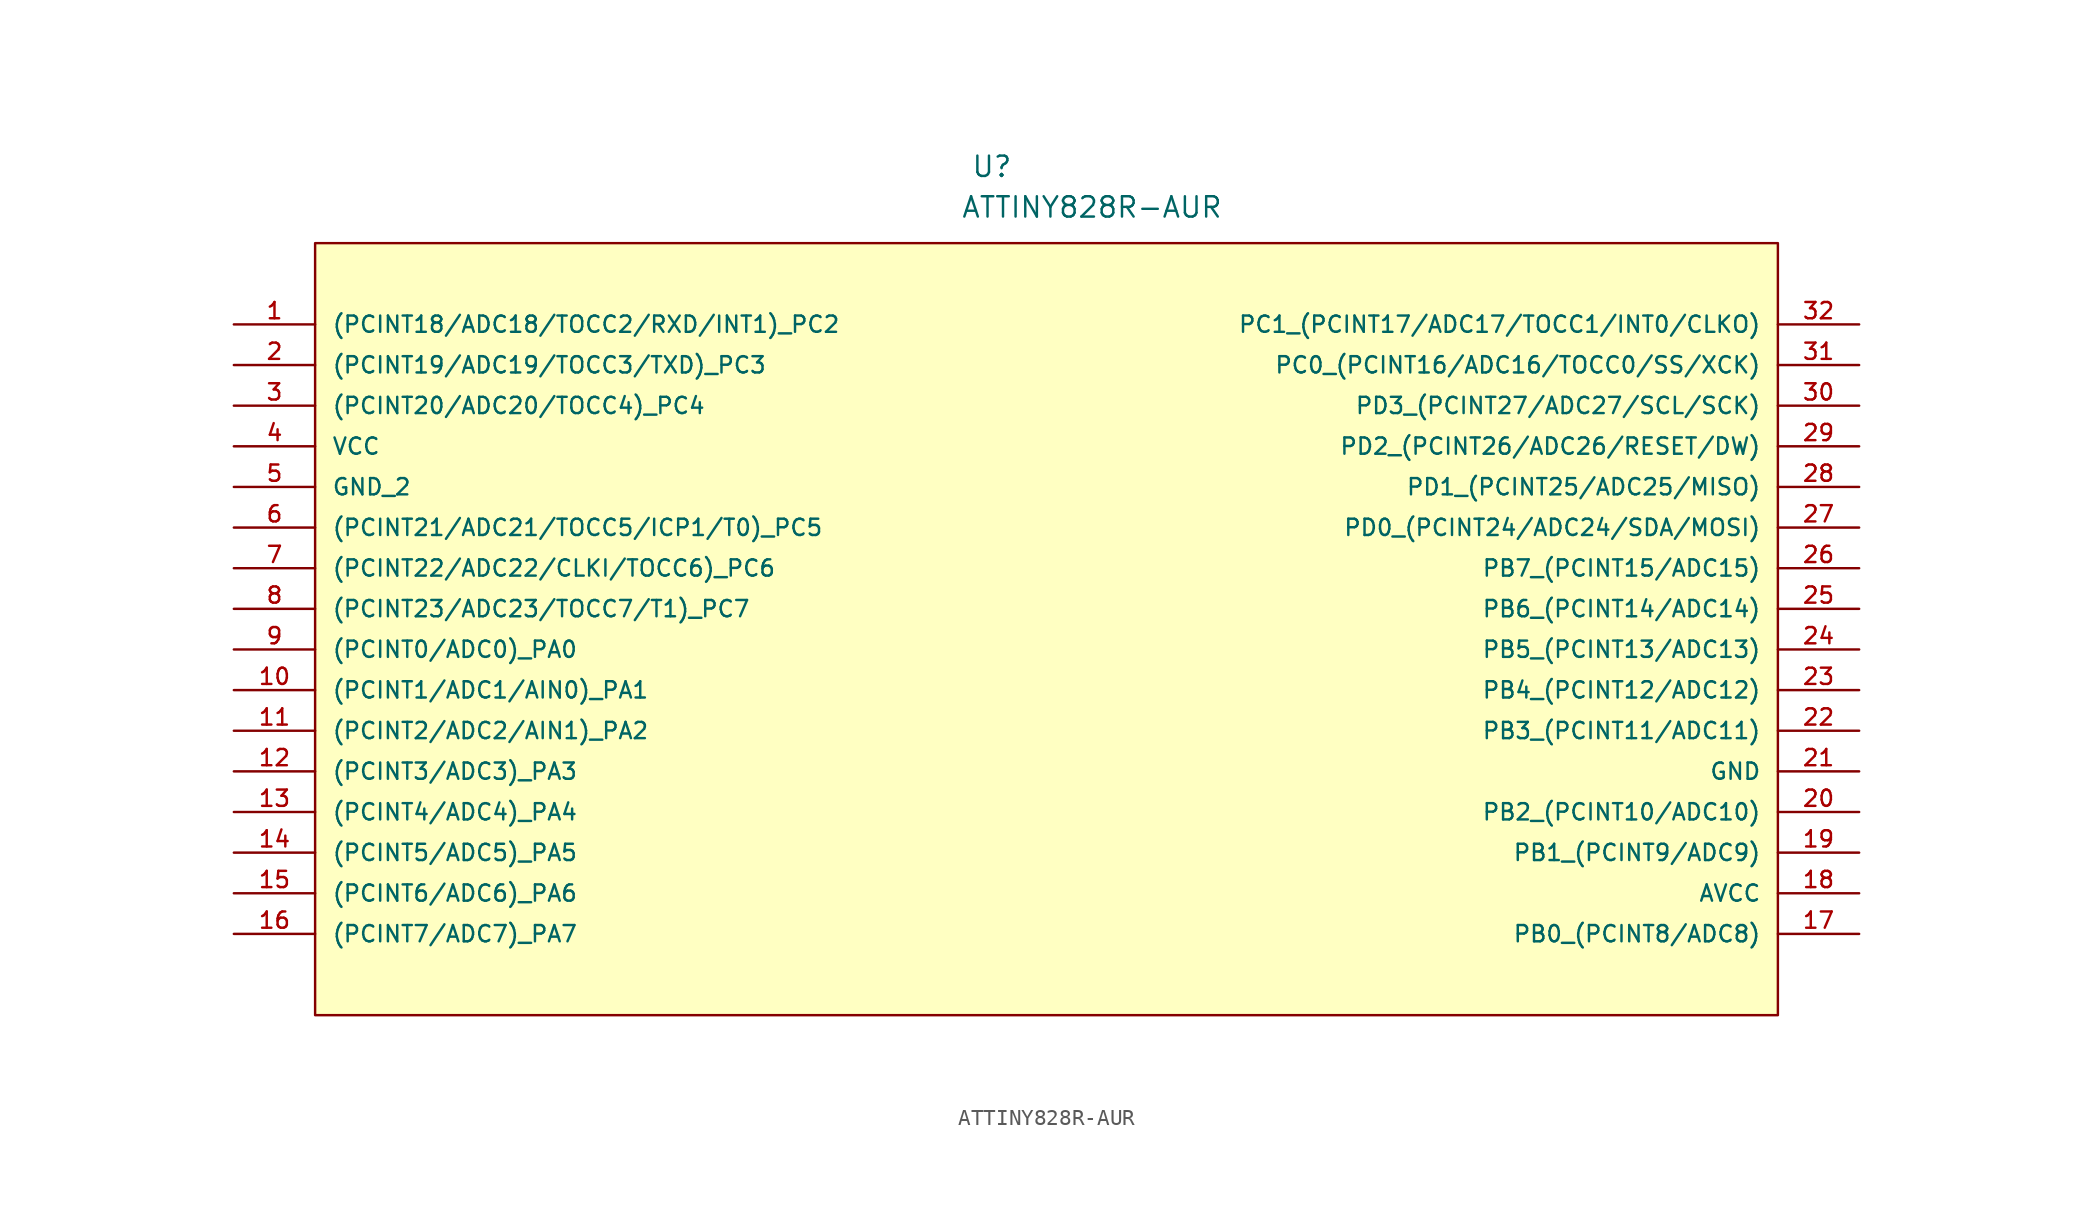
<source format=kicad_sym>
(kicad_symbol_lib
  (version 20211014)
  (generator kicad_symbol_editor)
  (symbol "ATTINY828R-AUR"
    (pin_names
      (offset 1.016))
    (property "Reference" "U"
      (at 48.616 9.119 0.0)
      (effects (font (size 1.27 1.27)) (justify bottom left)))
    (property "Value" "ATTINY828R-AUR"
      (at 47.981 6.579 0.0)
      (effects (font (size 1.27 1.27)) (justify bottom left)))
    (symbol "ATTINY828R-AUR_0_0"
      (rectangle (start 7.62 -43.18) (end 99.06 5.08) (stroke (width 0.152)) (fill (type background)))
      (pin bidirectional line (at 2.54 0.0 0) (length 5.08) (name "(PCINT18/ADC18/TOCC2/RXD/INT1)_PC2" (effects (font (size 1.016 1.016)))) (number "1" (effects (font (size 1.016 1.016)))))
      (pin bidirectional line (at 2.54 -2.54 0) (length 5.08) (name "(PCINT19/ADC19/TOCC3/TXD)_PC3" (effects (font (size 1.016 1.016)))) (number "2" (effects (font (size 1.016 1.016)))))
      (pin bidirectional line (at 2.54 -5.08 0) (length 5.08) (name "(PCINT20/ADC20/TOCC4)_PC4" (effects (font (size 1.016 1.016)))) (number "3" (effects (font (size 1.016 1.016)))))
      (pin power_in line (at 2.54 -7.62 0) (length 5.08) (name "VCC" (effects (font (size 1.016 1.016)))) (number "4" (effects (font (size 1.016 1.016)))))
      (pin passive line (at 2.54 -10.16 0) (length 5.08) (name "GND_2" (effects (font (size 1.016 1.016)))) (number "5" (effects (font (size 1.016 1.016)))))
      (pin bidirectional line (at 2.54 -12.7 0) (length 5.08) (name "(PCINT21/ADC21/TOCC5/ICP1/T0)_PC5" (effects (font (size 1.016 1.016)))) (number "6" (effects (font (size 1.016 1.016)))))
      (pin bidirectional line (at 2.54 -15.24 0) (length 5.08) (name "(PCINT22/ADC22/CLKI/TOCC6)_PC6" (effects (font (size 1.016 1.016)))) (number "7" (effects (font (size 1.016 1.016)))))
      (pin bidirectional line (at 2.54 -17.78 0) (length 5.08) (name "(PCINT23/ADC23/TOCC7/T1)_PC7" (effects (font (size 1.016 1.016)))) (number "8" (effects (font (size 1.016 1.016)))))
      (pin bidirectional line (at 2.54 -20.32 0) (length 5.08) (name "(PCINT0/ADC0)_PA0" (effects (font (size 1.016 1.016)))) (number "9" (effects (font (size 1.016 1.016)))))
      (pin bidirectional line (at 2.54 -22.86 0) (length 5.08) (name "(PCINT1/ADC1/AIN0)_PA1" (effects (font (size 1.016 1.016)))) (number "10" (effects (font (size 1.016 1.016)))))
      (pin input line (at 2.54 -25.4 0) (length 5.08) (name "(PCINT2/ADC2/AIN1)_PA2" (effects (font (size 1.016 1.016)))) (number "11" (effects (font (size 1.016 1.016)))))
      (pin bidirectional line (at 2.54 -27.94 0) (length 5.08) (name "(PCINT3/ADC3)_PA3" (effects (font (size 1.016 1.016)))) (number "12" (effects (font (size 1.016 1.016)))))
      (pin bidirectional line (at 2.54 -30.48 0) (length 5.08) (name "(PCINT4/ADC4)_PA4" (effects (font (size 1.016 1.016)))) (number "13" (effects (font (size 1.016 1.016)))))
      (pin bidirectional line (at 2.54 -33.02 0) (length 5.08) (name "(PCINT5/ADC5)_PA5" (effects (font (size 1.016 1.016)))) (number "14" (effects (font (size 1.016 1.016)))))
      (pin bidirectional line (at 2.54 -35.56 0) (length 5.08) (name "(PCINT6/ADC6)_PA6" (effects (font (size 1.016 1.016)))) (number "15" (effects (font (size 1.016 1.016)))))
      (pin bidirectional line (at 2.54 -38.1 0) (length 5.08) (name "(PCINT7/ADC7)_PA7" (effects (font (size 1.016 1.016)))) (number "16" (effects (font (size 1.016 1.016)))))
      (pin bidirectional line (at 104.14 -38.1 180.0) (length 5.08) (name "PB0_(PCINT8/ADC8)" (effects (font (size 1.016 1.016)))) (number "17" (effects (font (size 1.016 1.016)))))
      (pin passive line (at 104.14 -35.56 180.0) (length 5.08) (name "AVCC" (effects (font (size 1.016 1.016)))) (number "18" (effects (font (size 1.016 1.016)))))
      (pin bidirectional line (at 104.14 -33.02 180.0) (length 5.08) (name "PB1_(PCINT9/ADC9)" (effects (font (size 1.016 1.016)))) (number "19" (effects (font (size 1.016 1.016)))))
      (pin bidirectional line (at 104.14 -30.48 180.0) (length 5.08) (name "PB2_(PCINT10/ADC10)" (effects (font (size 1.016 1.016)))) (number "20" (effects (font (size 1.016 1.016)))))
      (pin passive line (at 104.14 -27.94 180.0) (length 5.08) (name "GND" (effects (font (size 1.016 1.016)))) (number "21" (effects (font (size 1.016 1.016)))))
      (pin bidirectional line (at 104.14 -25.4 180.0) (length 5.08) (name "PB3_(PCINT11/ADC11)" (effects (font (size 1.016 1.016)))) (number "22" (effects (font (size 1.016 1.016)))))
      (pin bidirectional line (at 104.14 -22.86 180.0) (length 5.08) (name "PB4_(PCINT12/ADC12)" (effects (font (size 1.016 1.016)))) (number "23" (effects (font (size 1.016 1.016)))))
      (pin bidirectional line (at 104.14 -20.32 180.0) (length 5.08) (name "PB5_(PCINT13/ADC13)" (effects (font (size 1.016 1.016)))) (number "24" (effects (font (size 1.016 1.016)))))
      (pin bidirectional line (at 104.14 -17.78 180.0) (length 5.08) (name "PB6_(PCINT14/ADC14)" (effects (font (size 1.016 1.016)))) (number "25" (effects (font (size 1.016 1.016)))))
      (pin bidirectional line (at 104.14 -15.24 180.0) (length 5.08) (name "PB7_(PCINT15/ADC15)" (effects (font (size 1.016 1.016)))) (number "26" (effects (font (size 1.016 1.016)))))
      (pin bidirectional line (at 104.14 -12.7 180.0) (length 5.08) (name "PD0_(PCINT24/ADC24/SDA/MOSI)" (effects (font (size 1.016 1.016)))) (number "27" (effects (font (size 1.016 1.016)))))
      (pin bidirectional line (at 104.14 -10.16 180.0) (length 5.08) (name "PD1_(PCINT25/ADC25/MISO)" (effects (font (size 1.016 1.016)))) (number "28" (effects (font (size 1.016 1.016)))))
      (pin bidirectional line (at 104.14 -7.62 180.0) (length 5.08) (name "PD2_(PCINT26/ADC26/RESET/DW)" (effects (font (size 1.016 1.016)))) (number "29" (effects (font (size 1.016 1.016)))))
      (pin bidirectional line (at 104.14 -5.08 180.0) (length 5.08) (name "PD3_(PCINT27/ADC27/SCL/SCK)" (effects (font (size 1.016 1.016)))) (number "30" (effects (font (size 1.016 1.016)))))
      (pin bidirectional line (at 104.14 -2.54 180.0) (length 5.08) (name "PC0_(PCINT16/ADC16/TOCC0/SS/XCK)" (effects (font (size 1.016 1.016)))) (number "31" (effects (font (size 1.016 1.016)))))
      (pin bidirectional line (at 104.14 0.0 180.0) (length 5.08) (name "PC1_(PCINT17/ADC17/TOCC1/INT0/CLKO)" (effects (font (size 1.016 1.016)))) (number "32" (effects (font (size 1.016 1.016))))))))
</source>
